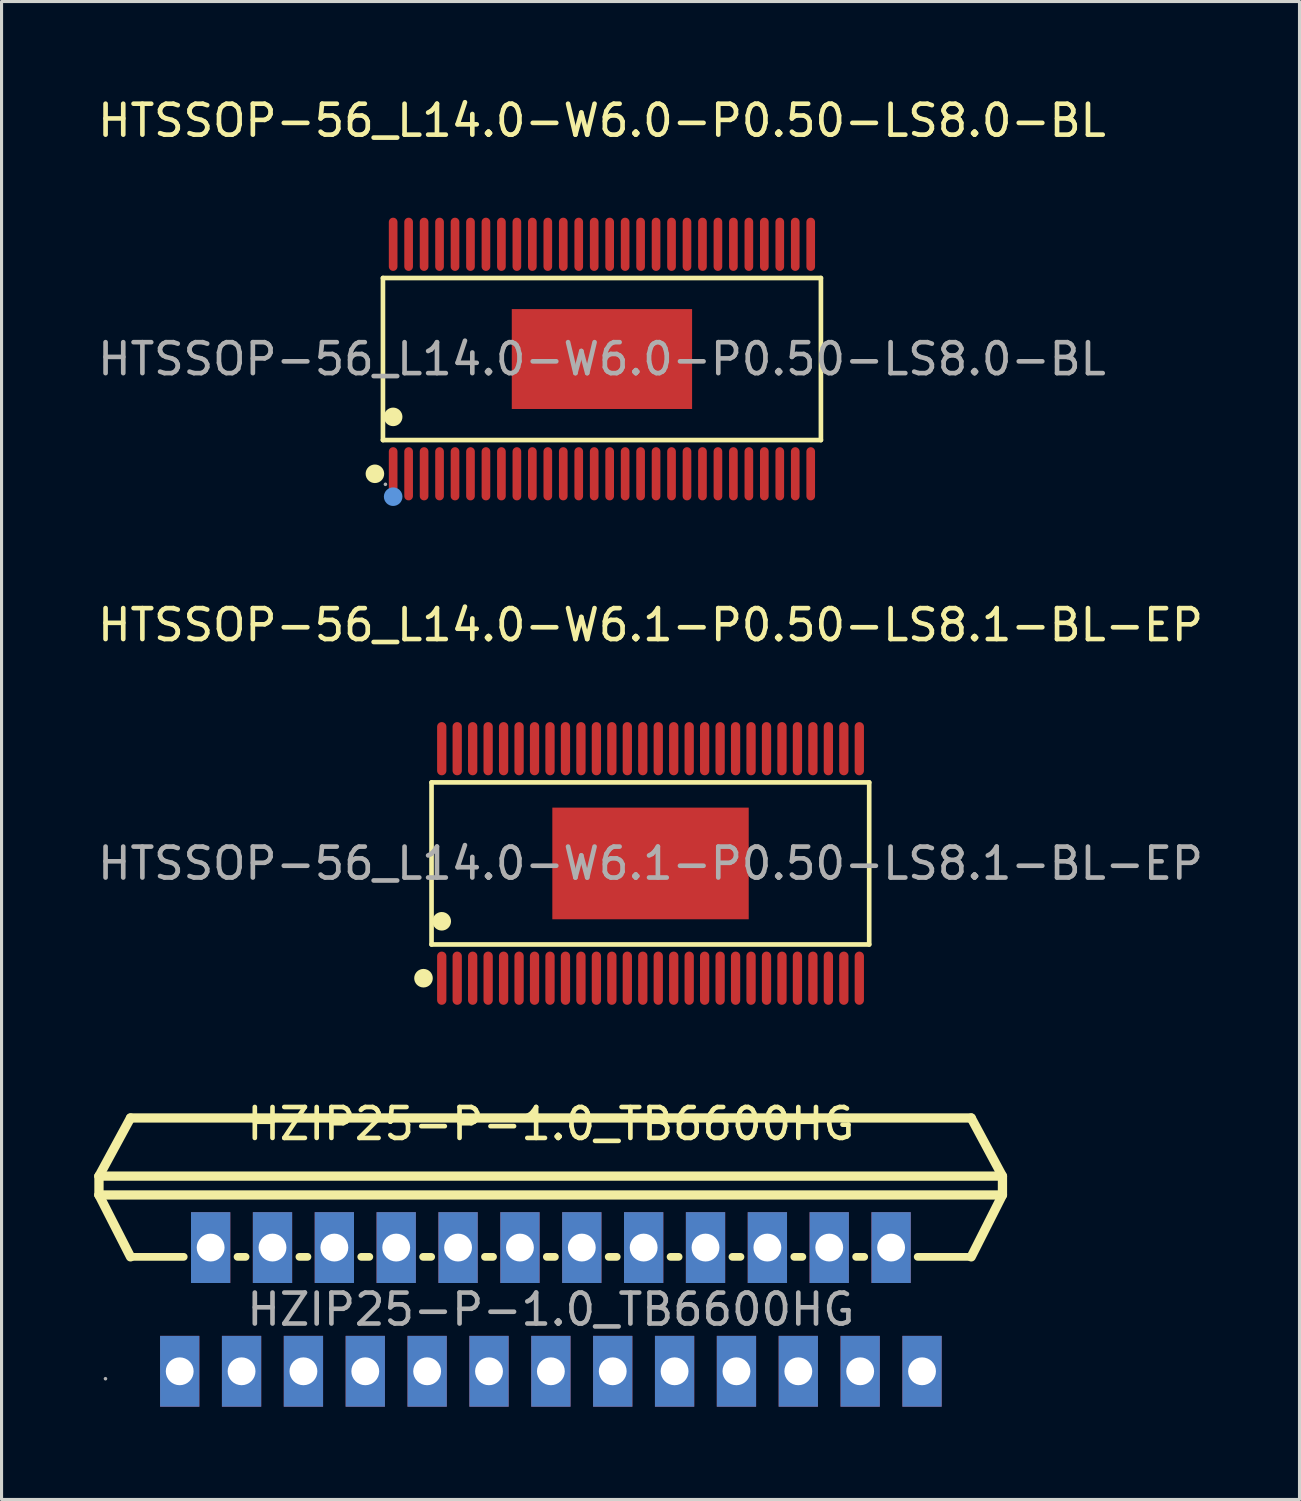
<source format=kicad_pcb>
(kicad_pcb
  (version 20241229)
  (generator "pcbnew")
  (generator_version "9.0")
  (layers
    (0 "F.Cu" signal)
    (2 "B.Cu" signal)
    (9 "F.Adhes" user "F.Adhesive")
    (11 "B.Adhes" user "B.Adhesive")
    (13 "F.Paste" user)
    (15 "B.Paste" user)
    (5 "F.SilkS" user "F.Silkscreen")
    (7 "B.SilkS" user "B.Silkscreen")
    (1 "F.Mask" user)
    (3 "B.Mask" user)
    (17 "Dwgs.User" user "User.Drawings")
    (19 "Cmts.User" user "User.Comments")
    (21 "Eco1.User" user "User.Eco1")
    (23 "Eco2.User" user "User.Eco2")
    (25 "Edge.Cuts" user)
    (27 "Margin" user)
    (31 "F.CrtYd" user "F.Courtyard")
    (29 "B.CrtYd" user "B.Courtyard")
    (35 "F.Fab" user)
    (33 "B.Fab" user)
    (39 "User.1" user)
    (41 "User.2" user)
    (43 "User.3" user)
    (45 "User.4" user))
  (footprint "HTSSOP-56_L14.0-W6.0-P0.50-LS8.0-BL"
    (layer "F.Cu")
    (at 16.411 8.558)
    (property "Reference" "HTSSOP-56_L14.0-W6.0-P0.50-LS8.0-BL" (at 0 -7.71 0) (layer "F.SilkS") (effects (font (size 1 1) (thickness 0.15))))
    (attr through_hole)
    (fp_line (start -7.08 -2.62) (end 7.08 -2.62) (stroke (width 0.15) (type solid)) (layer "F.SilkS"))
    (fp_line (start -7.08 2.62) (end -7.08 -2.62) (stroke (width 0.15) (type solid)) (layer "F.SilkS"))
    (fp_line (start 7.08 -2.62) (end 7.08 2.62) (stroke (width 0.15) (type solid)) (layer "F.SilkS"))
    (fp_line (start 7.08 2.62) (end -7.08 2.62) (stroke (width 0.15) (type solid)) (layer "F.SilkS"))
    (fp_circle (center -7.34 3.71) (end -7.19 3.71) (stroke (width 0.3) (type solid)) (fill no) (layer "F.SilkS"))
    (fp_circle (center -6.75 1.87) (end -6.6 1.87) (stroke (width 0.3) (type solid)) (fill no) (layer "F.SilkS"))
    (fp_circle (center -6.75 4.45) (end -6.6 4.45) (stroke (width 0.3) (type solid)) (fill no) (layer "Cmts.User"))
    (fp_circle (center -7 4.05) (end -6.97 4.05) (stroke (width 0.06) (type solid)) (fill no) (layer "F.Fab"))
    (fp_text user "${REFERENCE}" (at 0 0 0) (layer "F.Fab") (effects (font (size 1 1) (thickness 0.15))))
    (pad "1" smd oval (at -6.75 3.71) (size 0.28 1.72) (layers "F.Cu" "F.Mask" "F.Paste"))
    (pad "2" smd oval (at -6.25 3.71) (size 0.28 1.72) (layers "F.Cu" "F.Mask" "F.Paste"))
    (pad "3" smd oval (at -5.75 3.71) (size 0.28 1.72) (layers "F.Cu" "F.Mask" "F.Paste"))
    (pad "4" smd oval (at -5.25 3.71) (size 0.28 1.72) (layers "F.Cu" "F.Mask" "F.Paste"))
    (pad "5" smd oval (at -4.75 3.71) (size 0.28 1.72) (layers "F.Cu" "F.Mask" "F.Paste"))
    (pad "6" smd oval (at -4.25 3.71) (size 0.28 1.72) (layers "F.Cu" "F.Mask" "F.Paste"))
    (pad "7" smd oval (at -3.75 3.71) (size 0.28 1.72) (layers "F.Cu" "F.Mask" "F.Paste"))
    (pad "8" smd oval (at -3.25 3.71) (size 0.28 1.72) (layers "F.Cu" "F.Mask" "F.Paste"))
    (pad "9" smd oval (at -2.75 3.71) (size 0.28 1.72) (layers "F.Cu" "F.Mask" "F.Paste"))
    (pad "10" smd oval (at -2.25 3.71) (size 0.28 1.72) (layers "F.Cu" "F.Mask" "F.Paste"))
    (pad "11" smd oval (at -1.75 3.71) (size 0.28 1.72) (layers "F.Cu" "F.Mask" "F.Paste"))
    (pad "12" smd oval (at -1.25 3.71) (size 0.28 1.72) (layers "F.Cu" "F.Mask" "F.Paste"))
    (pad "13" smd oval (at -0.75 3.71) (size 0.28 1.72) (layers "F.Cu" "F.Mask" "F.Paste"))
    (pad "14" smd oval (at -0.25 3.71) (size 0.28 1.72) (layers "F.Cu" "F.Mask" "F.Paste"))
    (pad "15" smd oval (at 0.25 3.71) (size 0.28 1.72) (layers "F.Cu" "F.Mask" "F.Paste"))
    (pad "16" smd oval (at 0.75 3.71) (size 0.28 1.72) (layers "F.Cu" "F.Mask" "F.Paste"))
    (pad "17" smd oval (at 1.25 3.71) (size 0.28 1.72) (layers "F.Cu" "F.Mask" "F.Paste"))
    (pad "18" smd oval (at 1.75 3.71) (size 0.28 1.72) (layers "F.Cu" "F.Mask" "F.Paste"))
    (pad "19" smd oval (at 2.25 3.71) (size 0.28 1.72) (layers "F.Cu" "F.Mask" "F.Paste"))
    (pad "20" smd oval (at 2.75 3.71) (size 0.28 1.72) (layers "F.Cu" "F.Mask" "F.Paste"))
    (pad "21" smd oval (at 3.25 3.71) (size 0.28 1.72) (layers "F.Cu" "F.Mask" "F.Paste"))
    (pad "22" smd oval (at 3.75 3.71) (size 0.28 1.72) (layers "F.Cu" "F.Mask" "F.Paste"))
    (pad "23" smd oval (at 4.25 3.71) (size 0.28 1.72) (layers "F.Cu" "F.Mask" "F.Paste"))
    (pad "24" smd oval (at 4.75 3.71) (size 0.28 1.72) (layers "F.Cu" "F.Mask" "F.Paste"))
    (pad "25" smd oval (at 5.25 3.71) (size 0.28 1.72) (layers "F.Cu" "F.Mask" "F.Paste"))
    (pad "26" smd oval (at 5.75 3.71) (size 0.28 1.72) (layers "F.Cu" "F.Mask" "F.Paste"))
    (pad "27" smd oval (at 6.25 3.71) (size 0.28 1.72) (layers "F.Cu" "F.Mask" "F.Paste"))
    (pad "28" smd oval (at 6.75 3.71) (size 0.28 1.72) (layers "F.Cu" "F.Mask" "F.Paste"))
    (pad "29" smd oval (at 6.75 -3.71) (size 0.28 1.72) (layers "F.Cu" "F.Mask" "F.Paste"))
    (pad "30" smd oval (at 6.25 -3.71) (size 0.28 1.72) (layers "F.Cu" "F.Mask" "F.Paste"))
    (pad "31" smd oval (at 5.75 -3.71) (size 0.28 1.72) (layers "F.Cu" "F.Mask" "F.Paste"))
    (pad "32" smd oval (at 5.25 -3.71) (size 0.28 1.72) (layers "F.Cu" "F.Mask" "F.Paste"))
    (pad "33" smd oval (at 4.75 -3.71) (size 0.28 1.72) (layers "F.Cu" "F.Mask" "F.Paste"))
    (pad "34" smd oval (at 4.25 -3.71) (size 0.28 1.72) (layers "F.Cu" "F.Mask" "F.Paste"))
    (pad "35" smd oval (at 3.75 -3.71) (size 0.28 1.72) (layers "F.Cu" "F.Mask" "F.Paste"))
    (pad "36" smd oval (at 3.25 -3.71) (size 0.28 1.72) (layers "F.Cu" "F.Mask" "F.Paste"))
    (pad "37" smd oval (at 2.75 -3.71) (size 0.28 1.72) (layers "F.Cu" "F.Mask" "F.Paste"))
    (pad "38" smd oval (at 2.25 -3.71) (size 0.28 1.72) (layers "F.Cu" "F.Mask" "F.Paste"))
    (pad "39" smd oval (at 1.75 -3.71) (size 0.28 1.72) (layers "F.Cu" "F.Mask" "F.Paste"))
    (pad "40" smd oval (at 1.25 -3.71) (size 0.28 1.72) (layers "F.Cu" "F.Mask" "F.Paste"))
    (pad "41" smd oval (at 0.75 -3.71) (size 0.28 1.72) (layers "F.Cu" "F.Mask" "F.Paste"))
    (pad "42" smd oval (at 0.25 -3.71) (size 0.28 1.72) (layers "F.Cu" "F.Mask" "F.Paste"))
    (pad "43" smd oval (at -0.25 -3.71) (size 0.28 1.72) (layers "F.Cu" "F.Mask" "F.Paste"))
    (pad "44" smd oval (at -0.75 -3.71) (size 0.28 1.72) (layers "F.Cu" "F.Mask" "F.Paste"))
    (pad "45" smd oval (at -1.25 -3.71) (size 0.28 1.72) (layers "F.Cu" "F.Mask" "F.Paste"))
    (pad "46" smd oval (at -1.75 -3.71) (size 0.28 1.72) (layers "F.Cu" "F.Mask" "F.Paste"))
    (pad "47" smd oval (at -2.25 -3.71) (size 0.28 1.72) (layers "F.Cu" "F.Mask" "F.Paste"))
    (pad "48" smd oval (at -2.75 -3.71) (size 0.28 1.72) (layers "F.Cu" "F.Mask" "F.Paste"))
    (pad "49" smd oval (at -3.25 -3.71) (size 0.28 1.72) (layers "F.Cu" "F.Mask" "F.Paste"))
    (pad "50" smd oval (at -3.75 -3.71) (size 0.28 1.72) (layers "F.Cu" "F.Mask" "F.Paste"))
    (pad "51" smd oval (at -4.25 -3.71) (size 0.28 1.72) (layers "F.Cu" "F.Mask" "F.Paste"))
    (pad "52" smd oval (at -4.75 -3.71) (size 0.28 1.72) (layers "F.Cu" "F.Mask" "F.Paste"))
    (pad "53" smd oval (at -5.25 -3.71) (size 0.28 1.72) (layers "F.Cu" "F.Mask" "F.Paste"))
    (pad "54" smd oval (at -5.75 -3.71) (size 0.28 1.72) (layers "F.Cu" "F.Mask" "F.Paste"))
    (pad "55" smd oval (at -6.25 -3.71) (size 0.28 1.72) (layers "F.Cu" "F.Mask" "F.Paste"))
    (pad "56" smd oval (at -6.75 -3.71) (size 0.28 1.72) (layers "F.Cu" "F.Mask" "F.Paste"))
    (pad "57" smd rect (at 0 0) (size 5.83 3.23) (layers "F.Cu" "F.Mask" "F.Paste")))
  (footprint "HZIP25-P-1.0_TB6600HG"
    (layer "F.Cu")
    (at 14.76 39.285)
    (property "Reference" "HZIP25-P-1.0_TB6600HG" (at 0 -6 0) (layer "F.SilkS") (effects (font (size 1 1) (thickness 0.15))))
    (attr through_hole)
    (fp_line (start -14.61 -4.31) (end -14.61 -3.7) (stroke (width 0.3) (type solid)) (layer "F.SilkS"))
    (fp_line (start -14.61 -3.7) (end -13.59 -1.7) (stroke (width 0.3) (type solid)) (layer "F.SilkS"))
    (fp_line (start -14.61 -3.7) (end 14.5 -3.7) (stroke (width 0.3) (type solid)) (layer "F.SilkS"))
    (fp_line (start -13.59 -6.19) (end -14.61 -4.31) (stroke (width 0.3) (type solid)) (layer "F.SilkS"))
    (fp_line (start -13.59 -1.7) (end -11.87 -1.7) (stroke (width 0.25) (type solid)) (layer "F.SilkS"))
    (fp_line (start -10.13 -1.7) (end -9.87 -1.7) (stroke (width 0.25) (type solid)) (layer "F.SilkS"))
    (fp_line (start -8.13 -1.7) (end -7.87 -1.7) (stroke (width 0.25) (type solid)) (layer "F.SilkS"))
    (fp_line (start -6.13 -1.7) (end -5.87 -1.7) (stroke (width 0.25) (type solid)) (layer "F.SilkS"))
    (fp_line (start -4.13 -1.7) (end -3.87 -1.7) (stroke (width 0.25) (type solid)) (layer "F.SilkS"))
    (fp_line (start -2.13 -1.7) (end -1.87 -1.7) (stroke (width 0.25) (type solid)) (layer "F.SilkS"))
    (fp_line (start -0.13 -1.7) (end 0.13 -1.7) (stroke (width 0.25) (type solid)) (layer "F.SilkS"))
    (fp_line (start 1.87 -1.7) (end 2.13 -1.7) (stroke (width 0.25) (type solid)) (layer "F.SilkS"))
    (fp_line (start 3.87 -1.7) (end 4.13 -1.7) (stroke (width 0.25) (type solid)) (layer "F.SilkS"))
    (fp_line (start 5.87 -1.7) (end 6.13 -1.7) (stroke (width 0.25) (type solid)) (layer "F.SilkS"))
    (fp_line (start 7.87 -1.7) (end 8.13 -1.7) (stroke (width 0.25) (type solid)) (layer "F.SilkS"))
    (fp_line (start 9.87 -1.7) (end 10.13 -1.7) (stroke (width 0.25) (type solid)) (layer "F.SilkS"))
    (fp_line (start 11.86 -1.7) (end 13.59 -1.7) (stroke (width 0.25) (type solid)) (layer "F.SilkS"))
    (fp_line (start 13.59 -6.19) (end -13.59 -6.19) (stroke (width 0.3) (type solid)) (layer "F.SilkS"))
    (fp_line (start 13.59 -1.7) (end 14.6 -3.7) (stroke (width 0.3) (type solid)) (layer "F.SilkS"))
    (fp_line (start 14.5 -4.31) (end -14.61 -4.31) (stroke (width 0.3) (type solid)) (layer "F.SilkS"))
    (fp_line (start 14.5 -4.31) (end 14.6 -4.31) (stroke (width 0.25) (type solid)) (layer "F.SilkS"))
    (fp_line (start 14.6 -4.31) (end 13.59 -6.19) (stroke (width 0.3) (type solid)) (layer "F.SilkS"))
    (fp_line (start 14.6 -3.7) (end 14.5 -3.7) (stroke (width 0.25) (type solid)) (layer "F.SilkS"))
    (fp_line (start 14.6 -3.7) (end 14.6 -4.31) (stroke (width 0.3) (type solid)) (layer "F.SilkS"))
    (fp_circle (center -14.4 2.24) (end -14.37 2.24) (stroke (width 0.06) (type solid)) (fill no) (layer "F.Fab"))
    (fp_text user "${REFERENCE}" (at 0 0 0) (layer "F.Fab") (effects (font (size 1 1) (thickness 0.15))))
    (pad "1" thru_hole rect (at -12 2 90) (size 2.29 1.27) (drill 0.9) (layers "*.Cu" "*.Paste" "*.Mask"))
    (pad "2" thru_hole rect (at -11 -2 90) (size 2.29 1.27) (drill 0.9) (layers "*.Cu" "*.Paste" "*.Mask"))
    (pad "3" thru_hole rect (at -10 2 90) (size 2.29 1.27) (drill 0.9) (layers "*.Cu" "*.Paste" "*.Mask"))
    (pad "4" thru_hole rect (at -9 -2 90) (size 2.29 1.27) (drill 0.9) (layers "*.Cu" "*.Paste" "*.Mask"))
    (pad "5" thru_hole rect (at -8 2 90) (size 2.29 1.27) (drill 0.9) (layers "*.Cu" "*.Paste" "*.Mask"))
    (pad "6" thru_hole rect (at -7 -2 90) (size 2.29 1.27) (drill 0.9) (layers "*.Cu" "*.Paste" "*.Mask"))
    (pad "7" thru_hole rect (at -6 2 90) (size 2.29 1.27) (drill 0.9) (layers "*.Cu" "*.Paste" "*.Mask"))
    (pad "8" thru_hole rect (at -5 -2 90) (size 2.29 1.27) (drill 0.9) (layers "*.Cu" "*.Paste" "*.Mask"))
    (pad "9" thru_hole rect (at -4 2 90) (size 2.29 1.27) (drill 0.9) (layers "*.Cu" "*.Paste" "*.Mask"))
    (pad "10" thru_hole rect (at -3 -2 90) (size 2.29 1.27) (drill 0.9) (layers "*.Cu" "*.Paste" "*.Mask"))
    (pad "11" thru_hole rect (at -2 2 90) (size 2.29 1.27) (drill 0.9) (layers "*.Cu" "*.Paste" "*.Mask"))
    (pad "12" thru_hole rect (at -1 -2 90) (size 2.29 1.27) (drill 0.9) (layers "*.Cu" "*.Paste" "*.Mask"))
    (pad "13" thru_hole rect (at 0 2 90) (size 2.29 1.27) (drill 0.9) (layers "*.Cu" "*.Paste" "*.Mask"))
    (pad "14" thru_hole rect (at 1 -2 90) (size 2.29 1.27) (drill 0.9) (layers "*.Cu" "*.Paste" "*.Mask"))
    (pad "15" thru_hole rect (at 2 2 90) (size 2.29 1.27) (drill 0.9) (layers "*.Cu" "*.Paste" "*.Mask"))
    (pad "16" thru_hole rect (at 3 -2 90) (size 2.29 1.27) (drill 0.9) (layers "*.Cu" "*.Paste" "*.Mask"))
    (pad "17" thru_hole rect (at 4 2 90) (size 2.29 1.27) (drill 0.9) (layers "*.Cu" "*.Paste" "*.Mask"))
    (pad "18" thru_hole rect (at 5 -2 90) (size 2.29 1.27) (drill 0.9) (layers "*.Cu" "*.Paste" "*.Mask"))
    (pad "19" thru_hole rect (at 6 2 90) (size 2.29 1.27) (drill 0.9) (layers "*.Cu" "*.Paste" "*.Mask"))
    (pad "20" thru_hole rect (at 7 -2 90) (size 2.29 1.27) (drill 0.9) (layers "*.Cu" "*.Paste" "*.Mask"))
    (pad "21" thru_hole rect (at 8 2 90) (size 2.29 1.27) (drill 0.9) (layers "*.Cu" "*.Paste" "*.Mask"))
    (pad "22" thru_hole rect (at 9 -2 90) (size 2.29 1.27) (drill 0.9) (layers "*.Cu" "*.Paste" "*.Mask"))
    (pad "23" thru_hole rect (at 10 2 90) (size 2.29 1.27) (drill 0.9) (layers "*.Cu" "*.Paste" "*.Mask"))
    (pad "24" thru_hole rect (at 11 -2 90) (size 2.29 1.27) (drill 0.9) (layers "*.Cu" "*.Paste" "*.Mask"))
    (pad "25" thru_hole rect (at 12 2 90) (size 2.29 1.27) (drill 0.9) (layers "*.Cu" "*.Paste" "*.Mask")))
  (footprint "HTSSOP-56_L14.0-W6.1-P0.50-LS8.1-BL-EP"
    (layer "F.Cu")
    (at 17.982 24.866)
    (property "Reference" "HTSSOP-56_L14.0-W6.1-P0.50-LS8.1-BL-EP" (at 0 -7.71 0) (layer "F.SilkS") (effects (font (size 1 1) (thickness 0.15))))
    (attr through_hole)
    (fp_line (start -7.08 -2.62) (end 7.07 -2.62) (stroke (width 0.15) (type solid)) (layer "F.SilkS"))
    (fp_line (start -7.08 2.62) (end -7.08 -2.62) (stroke (width 0.15) (type solid)) (layer "F.SilkS"))
    (fp_line (start 7.07 -2.62) (end 7.07 2.62) (stroke (width 0.15) (type solid)) (layer "F.SilkS"))
    (fp_line (start 7.07 2.62) (end -7.08 2.62) (stroke (width 0.15) (type solid)) (layer "F.SilkS"))
    (fp_circle (center -7.34 3.71) (end -7.19 3.71) (stroke (width 0.3) (type solid)) (fill no) (layer "F.SilkS"))
    (fp_circle (center -6.75 1.87) (end -6.6 1.87) (stroke (width 0.3) (type solid)) (fill no) (layer "F.SilkS"))
    (fp_text user "${REFERENCE}" (at 0 0 0) (layer "F.Fab") (effects (font (size 1 1) (thickness 0.15))))
    (pad "1" smd oval (at -6.75 3.71) (size 0.3 1.72) (layers "F.Cu" "F.Mask" "F.Paste"))
    (pad "2" smd oval (at -6.25 3.71) (size 0.3 1.72) (layers "F.Cu" "F.Mask" "F.Paste"))
    (pad "3" smd oval (at -5.75 3.71) (size 0.3 1.72) (layers "F.Cu" "F.Mask" "F.Paste"))
    (pad "4" smd oval (at -5.25 3.71) (size 0.3 1.72) (layers "F.Cu" "F.Mask" "F.Paste"))
    (pad "5" smd oval (at -4.75 3.71) (size 0.3 1.72) (layers "F.Cu" "F.Mask" "F.Paste"))
    (pad "6" smd oval (at -4.25 3.71) (size 0.3 1.72) (layers "F.Cu" "F.Mask" "F.Paste"))
    (pad "7" smd oval (at -3.75 3.71) (size 0.3 1.72) (layers "F.Cu" "F.Mask" "F.Paste"))
    (pad "8" smd oval (at -3.25 3.71) (size 0.3 1.72) (layers "F.Cu" "F.Mask" "F.Paste"))
    (pad "9" smd oval (at -2.75 3.71) (size 0.3 1.72) (layers "F.Cu" "F.Mask" "F.Paste"))
    (pad "10" smd oval (at -2.25 3.71) (size 0.3 1.72) (layers "F.Cu" "F.Mask" "F.Paste"))
    (pad "11" smd oval (at -1.75 3.71) (size 0.3 1.72) (layers "F.Cu" "F.Mask" "F.Paste"))
    (pad "12" smd oval (at -1.25 3.71) (size 0.3 1.72) (layers "F.Cu" "F.Mask" "F.Paste"))
    (pad "13" smd oval (at -0.75 3.71) (size 0.3 1.72) (layers "F.Cu" "F.Mask" "F.Paste"))
    (pad "14" smd oval (at -0.25 3.71) (size 0.3 1.72) (layers "F.Cu" "F.Mask" "F.Paste"))
    (pad "15" smd oval (at 0.25 3.71) (size 0.3 1.72) (layers "F.Cu" "F.Mask" "F.Paste"))
    (pad "16" smd oval (at 0.75 3.71) (size 0.3 1.72) (layers "F.Cu" "F.Mask" "F.Paste"))
    (pad "17" smd oval (at 1.25 3.71) (size 0.3 1.72) (layers "F.Cu" "F.Mask" "F.Paste"))
    (pad "18" smd oval (at 1.75 3.71) (size 0.3 1.72) (layers "F.Cu" "F.Mask" "F.Paste"))
    (pad "19" smd oval (at 2.25 3.71) (size 0.3 1.72) (layers "F.Cu" "F.Mask" "F.Paste"))
    (pad "20" smd oval (at 2.75 3.71) (size 0.3 1.72) (layers "F.Cu" "F.Mask" "F.Paste"))
    (pad "21" smd oval (at 3.25 3.71) (size 0.3 1.72) (layers "F.Cu" "F.Mask" "F.Paste"))
    (pad "22" smd oval (at 3.75 3.71) (size 0.3 1.72) (layers "F.Cu" "F.Mask" "F.Paste"))
    (pad "23" smd oval (at 4.25 3.71) (size 0.3 1.72) (layers "F.Cu" "F.Mask" "F.Paste"))
    (pad "24" smd oval (at 4.75 3.71) (size 0.3 1.72) (layers "F.Cu" "F.Mask" "F.Paste"))
    (pad "25" smd oval (at 5.25 3.71) (size 0.3 1.72) (layers "F.Cu" "F.Mask" "F.Paste"))
    (pad "26" smd oval (at 5.75 3.71) (size 0.3 1.72) (layers "F.Cu" "F.Mask" "F.Paste"))
    (pad "27" smd oval (at 6.25 3.71) (size 0.3 1.72) (layers "F.Cu" "F.Mask" "F.Paste"))
    (pad "28" smd oval (at 6.75 3.71) (size 0.3 1.72) (layers "F.Cu" "F.Mask" "F.Paste"))
    (pad "29" smd oval (at 6.75 -3.71) (size 0.3 1.72) (layers "F.Cu" "F.Mask" "F.Paste"))
    (pad "30" smd oval (at 6.25 -3.71) (size 0.3 1.72) (layers "F.Cu" "F.Mask" "F.Paste"))
    (pad "31" smd oval (at 5.75 -3.71) (size 0.3 1.72) (layers "F.Cu" "F.Mask" "F.Paste"))
    (pad "32" smd oval (at 5.25 -3.71) (size 0.3 1.72) (layers "F.Cu" "F.Mask" "F.Paste"))
    (pad "33" smd oval (at 4.75 -3.71) (size 0.3 1.72) (layers "F.Cu" "F.Mask" "F.Paste"))
    (pad "34" smd oval (at 4.25 -3.71) (size 0.3 1.72) (layers "F.Cu" "F.Mask" "F.Paste"))
    (pad "35" smd oval (at 3.75 -3.71) (size 0.3 1.72) (layers "F.Cu" "F.Mask" "F.Paste"))
    (pad "36" smd oval (at 3.25 -3.71) (size 0.3 1.72) (layers "F.Cu" "F.Mask" "F.Paste"))
    (pad "37" smd oval (at 2.75 -3.71) (size 0.3 1.72) (layers "F.Cu" "F.Mask" "F.Paste"))
    (pad "38" smd oval (at 2.25 -3.71) (size 0.3 1.72) (layers "F.Cu" "F.Mask" "F.Paste"))
    (pad "39" smd oval (at 1.75 -3.71) (size 0.3 1.72) (layers "F.Cu" "F.Mask" "F.Paste"))
    (pad "40" smd oval (at 1.25 -3.71) (size 0.3 1.72) (layers "F.Cu" "F.Mask" "F.Paste"))
    (pad "41" smd oval (at 0.75 -3.71) (size 0.3 1.72) (layers "F.Cu" "F.Mask" "F.Paste"))
    (pad "42" smd oval (at 0.25 -3.71) (size 0.3 1.72) (layers "F.Cu" "F.Mask" "F.Paste"))
    (pad "43" smd oval (at -0.25 -3.71) (size 0.3 1.72) (layers "F.Cu" "F.Mask" "F.Paste"))
    (pad "44" smd oval (at -0.75 -3.71) (size 0.3 1.72) (layers "F.Cu" "F.Mask" "F.Paste"))
    (pad "45" smd oval (at -1.25 -3.71) (size 0.3 1.72) (layers "F.Cu" "F.Mask" "F.Paste"))
    (pad "46" smd oval (at -1.75 -3.71) (size 0.3 1.72) (layers "F.Cu" "F.Mask" "F.Paste"))
    (pad "47" smd oval (at -2.25 -3.71) (size 0.3 1.72) (layers "F.Cu" "F.Mask" "F.Paste"))
    (pad "48" smd oval (at -2.75 -3.71) (size 0.3 1.72) (layers "F.Cu" "F.Mask" "F.Paste"))
    (pad "49" smd oval (at -3.25 -3.71) (size 0.3 1.72) (layers "F.Cu" "F.Mask" "F.Paste"))
    (pad "50" smd oval (at -3.75 -3.71) (size 0.3 1.72) (layers "F.Cu" "F.Mask" "F.Paste"))
    (pad "51" smd oval (at -4.25 -3.71) (size 0.3 1.72) (layers "F.Cu" "F.Mask" "F.Paste"))
    (pad "52" smd oval (at -4.75 -3.71) (size 0.3 1.72) (layers "F.Cu" "F.Mask" "F.Paste"))
    (pad "53" smd oval (at -5.25 -3.71) (size 0.3 1.72) (layers "F.Cu" "F.Mask" "F.Paste"))
    (pad "54" smd oval (at -5.75 -3.71) (size 0.3 1.72) (layers "F.Cu" "F.Mask" "F.Paste"))
    (pad "55" smd oval (at -6.25 -3.71) (size 0.3 1.72) (layers "F.Cu" "F.Mask" "F.Paste"))
    (pad "56" smd oval (at -6.75 -3.71) (size 0.3 1.72) (layers "F.Cu" "F.Mask" "F.Paste"))
    (pad "57" smd rect (at 0 0) (size 6.35 3.61) (layers "F.Cu" "F.Mask" "F.Paste")))
  (gr_rect
    (start -3 -3)
    (end 38.964 45.43)
    (stroke (width 0.1) (type default))
    (fill no)
    (layer "Edge.Cuts")))
</source>
